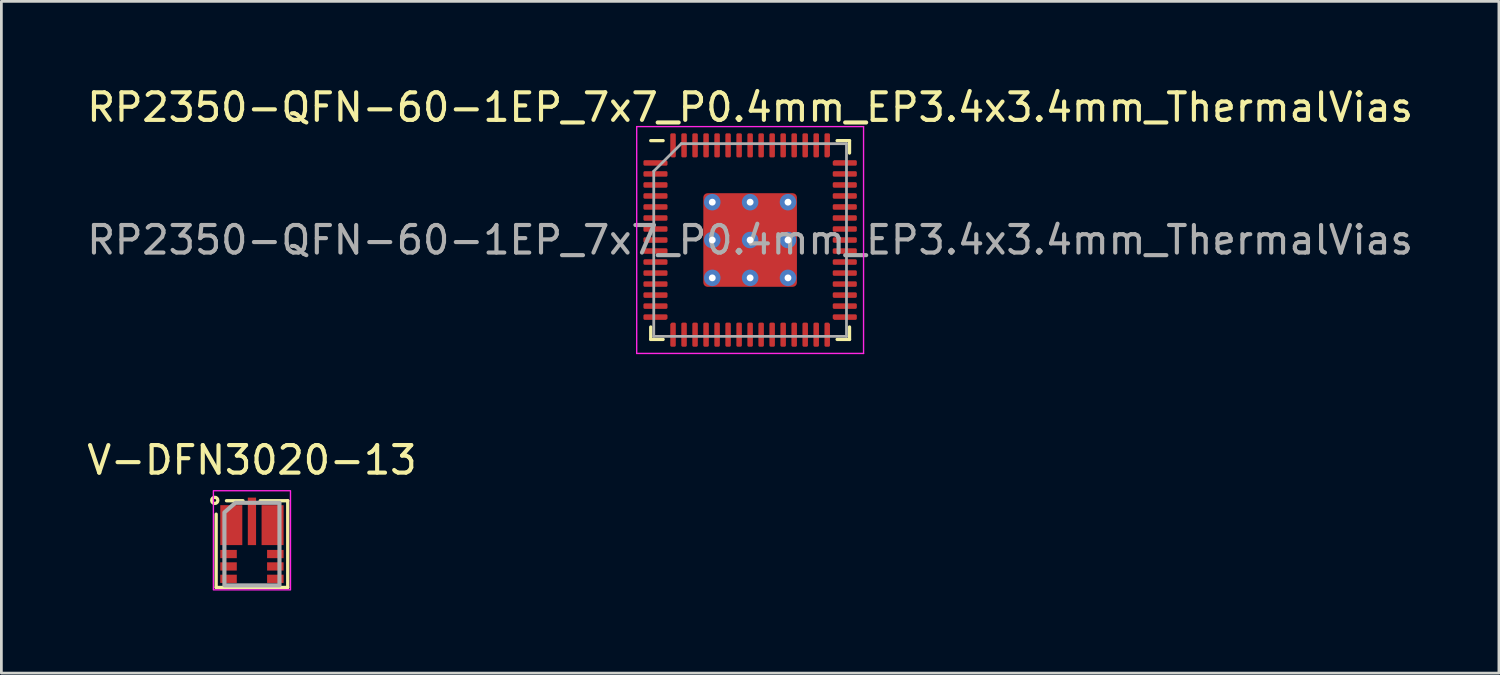
<source format=kicad_pcb>
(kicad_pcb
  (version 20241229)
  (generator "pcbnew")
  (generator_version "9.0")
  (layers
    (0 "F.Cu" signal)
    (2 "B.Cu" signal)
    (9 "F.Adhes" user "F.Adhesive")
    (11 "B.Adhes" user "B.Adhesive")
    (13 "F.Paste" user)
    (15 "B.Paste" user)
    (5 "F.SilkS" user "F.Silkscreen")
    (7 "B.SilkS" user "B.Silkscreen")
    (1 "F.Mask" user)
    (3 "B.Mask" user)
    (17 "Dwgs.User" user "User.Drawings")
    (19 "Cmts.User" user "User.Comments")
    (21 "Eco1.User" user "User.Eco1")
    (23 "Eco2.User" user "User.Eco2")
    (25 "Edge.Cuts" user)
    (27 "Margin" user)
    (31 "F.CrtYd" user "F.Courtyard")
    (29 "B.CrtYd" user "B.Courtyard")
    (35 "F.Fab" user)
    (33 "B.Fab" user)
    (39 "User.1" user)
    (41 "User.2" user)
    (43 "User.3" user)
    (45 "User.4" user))
  (footprint "RP2350-QFN-60-1EP_7x7_P0.4mm_EP3.4x3.4mm_ThermalVias"
    (layer "F.Cu")
    (at 24.196 5.668)
    (property "Reference" "RP2350-QFN-60-1EP_7x7_P0.4mm_EP3.4x3.4mm_ThermalVias" (at 0 -4.82 0) (layer "F.SilkS") (effects (font (size 1 1) (thickness 0.15))))
    (attr smd)
    (fp_line (start -3.61 3.61) (end -3.61 3.16) (stroke (width 0.12) (type solid)) (layer "F.SilkS"))
    (fp_line (start -3.16 -3.61) (end -3.61 -3.61) (stroke (width 0.12) (type solid)) (layer "F.SilkS"))
    (fp_line (start -3.16 3.61) (end -3.61 3.61) (stroke (width 0.12) (type solid)) (layer "F.SilkS"))
    (fp_line (start 3.16 -3.61) (end 3.61 -3.61) (stroke (width 0.12) (type solid)) (layer "F.SilkS"))
    (fp_line (start 3.16 3.61) (end 3.61 3.61) (stroke (width 0.12) (type solid)) (layer "F.SilkS"))
    (fp_line (start 3.61 -3.61) (end 3.61 -3.16) (stroke (width 0.12) (type solid)) (layer "F.SilkS"))
    (fp_line (start 3.61 3.61) (end 3.61 3.16) (stroke (width 0.12) (type solid)) (layer "F.SilkS"))
    (fp_line (start -4.12 -4.12) (end -4.12 4.12) (stroke (width 0.05) (type solid)) (layer "F.CrtYd"))
    (fp_line (start -4.12 4.12) (end 4.12 4.12) (stroke (width 0.05) (type solid)) (layer "F.CrtYd"))
    (fp_line (start 4.12 -4.12) (end -4.12 -4.12) (stroke (width 0.05) (type solid)) (layer "F.CrtYd"))
    (fp_line (start 4.12 4.12) (end 4.12 -4.12) (stroke (width 0.05) (type solid)) (layer "F.CrtYd"))
    (fp_line (start -3.5 -2.5) (end -2.5 -3.5) (stroke (width 0.1) (type solid)) (layer "F.Fab"))
    (fp_line (start -3.5 3.5) (end -3.5 -2.5) (stroke (width 0.1) (type solid)) (layer "F.Fab"))
    (fp_line (start -2.5 -3.5) (end 3.5 -3.5) (stroke (width 0.1) (type solid)) (layer "F.Fab"))
    (fp_line (start 3.5 -3.5) (end 3.5 3.5) (stroke (width 0.1) (type solid)) (layer "F.Fab"))
    (fp_line (start 3.5 3.5) (end -3.5 3.5) (stroke (width 0.1) (type solid)) (layer "F.Fab"))
    (fp_text user "${REFERENCE}" (at 0 0 0) (layer "F.Fab") (effects (font (size 1 1) (thickness 0.15))))
    (pad "" smd roundrect (at -0.7 -0.7) (size 1.2 1.2) (layers "F.Paste") (roundrect_rratio 0.208))
    (pad "" smd roundrect (at -0.7 0.7) (size 1.2 1.2) (layers "F.Paste") (roundrect_rratio 0.208))
    (pad "" smd roundrect (at 0.7 -0.7) (size 1.2 1.2) (layers "F.Paste") (roundrect_rratio 0.208))
    (pad "" smd roundrect (at 0.7 0.7) (size 1.2 1.2) (layers "F.Paste") (roundrect_rratio 0.208))
    (pad "1" smd roundrect (at -3.438 -2.8) (size 0.875 0.2) (layers "F.Cu" "F.Mask" "F.Paste") (roundrect_rratio 0.25) (chamfer_ratio 0.25) (chamfer top_right))
    (pad "2" smd roundrect (at -3.438 -2.4) (size 0.875 0.2) (layers "F.Cu" "F.Mask" "F.Paste") (roundrect_rratio 0.25))
    (pad "3" smd roundrect (at -3.438 -2) (size 0.875 0.2) (layers "F.Cu" "F.Mask" "F.Paste") (roundrect_rratio 0.25))
    (pad "4" smd roundrect (at -3.438 -1.6) (size 0.875 0.2) (layers "F.Cu" "F.Mask" "F.Paste") (roundrect_rratio 0.25))
    (pad "5" smd roundrect (at -3.438 -1.2) (size 0.875 0.2) (layers "F.Cu" "F.Mask" "F.Paste") (roundrect_rratio 0.25))
    (pad "6" smd roundrect (at -3.438 -0.8) (size 0.875 0.2) (layers "F.Cu" "F.Mask" "F.Paste") (roundrect_rratio 0.25))
    (pad "7" smd roundrect (at -3.438 -0.4) (size 0.875 0.2) (layers "F.Cu" "F.Mask" "F.Paste") (roundrect_rratio 0.25))
    (pad "8" smd roundrect (at -3.438 0) (size 0.875 0.2) (layers "F.Cu" "F.Mask" "F.Paste") (roundrect_rratio 0.25))
    (pad "9" smd roundrect (at -3.438 0.4) (size 0.875 0.2) (layers "F.Cu" "F.Mask" "F.Paste") (roundrect_rratio 0.25))
    (pad "10" smd roundrect (at -3.438 0.8) (size 0.875 0.2) (layers "F.Cu" "F.Mask" "F.Paste") (roundrect_rratio 0.25))
    (pad "11" smd roundrect (at -3.438 1.2) (size 0.875 0.2) (layers "F.Cu" "F.Mask" "F.Paste") (roundrect_rratio 0.25))
    (pad "12" smd roundrect (at -3.438 1.6) (size 0.875 0.2) (layers "F.Cu" "F.Mask" "F.Paste") (roundrect_rratio 0.25))
    (pad "13" smd roundrect (at -3.438 2) (size 0.875 0.2) (layers "F.Cu" "F.Mask" "F.Paste") (roundrect_rratio 0.25))
    (pad "14" smd roundrect (at -3.438 2.4) (size 0.875 0.2) (layers "F.Cu" "F.Mask" "F.Paste") (roundrect_rratio 0.25))
    (pad "15" smd roundrect (at -3.438 2.8) (size 0.875 0.2) (layers "F.Cu" "F.Mask" "F.Paste") (roundrect_rratio 0.25) (chamfer_ratio 0.25) (chamfer bottom_right))
    (pad "16" smd roundrect (at -2.8 3.438) (size 0.2 0.875) (layers "F.Cu" "F.Mask" "F.Paste") (roundrect_rratio 0.25) (chamfer_ratio 0.25) (chamfer top_left))
    (pad "17" smd roundrect (at -2.4 3.438) (size 0.2 0.875) (layers "F.Cu" "F.Mask" "F.Paste") (roundrect_rratio 0.25))
    (pad "18" smd roundrect (at -2 3.438) (size 0.2 0.875) (layers "F.Cu" "F.Mask" "F.Paste") (roundrect_rratio 0.25))
    (pad "19" smd roundrect (at -1.6 3.438) (size 0.2 0.875) (layers "F.Cu" "F.Mask" "F.Paste") (roundrect_rratio 0.25))
    (pad "20" smd roundrect (at -1.2 3.438) (size 0.2 0.875) (layers "F.Cu" "F.Mask" "F.Paste") (roundrect_rratio 0.25))
    (pad "21" smd roundrect (at -0.8 3.438) (size 0.2 0.875) (layers "F.Cu" "F.Mask" "F.Paste") (roundrect_rratio 0.25))
    (pad "22" smd roundrect (at -0.4 3.438) (size 0.2 0.875) (layers "F.Cu" "F.Mask" "F.Paste") (roundrect_rratio 0.25))
    (pad "23" smd roundrect (at 0 3.438) (size 0.2 0.875) (layers "F.Cu" "F.Mask" "F.Paste") (roundrect_rratio 0.25))
    (pad "24" smd roundrect (at 0.4 3.438) (size 0.2 0.875) (layers "F.Cu" "F.Mask" "F.Paste") (roundrect_rratio 0.25))
    (pad "25" smd roundrect (at 0.8 3.438) (size 0.2 0.875) (layers "F.Cu" "F.Mask" "F.Paste") (roundrect_rratio 0.25))
    (pad "26" smd roundrect (at 1.2 3.438) (size 0.2 0.875) (layers "F.Cu" "F.Mask" "F.Paste") (roundrect_rratio 0.25))
    (pad "27" smd roundrect (at 1.6 3.438) (size 0.2 0.875) (layers "F.Cu" "F.Mask" "F.Paste") (roundrect_rratio 0.25))
    (pad "28" smd roundrect (at 2 3.438) (size 0.2 0.875) (layers "F.Cu" "F.Mask" "F.Paste") (roundrect_rratio 0.25))
    (pad "29" smd roundrect (at 2.4 3.438) (size 0.2 0.875) (layers "F.Cu" "F.Mask" "F.Paste") (roundrect_rratio 0.25))
    (pad "30" smd roundrect (at 2.8 3.438) (size 0.2 0.875) (layers "F.Cu" "F.Mask" "F.Paste") (roundrect_rratio 0.25) (chamfer_ratio 0.25) (chamfer top_right))
    (pad "31" smd roundrect (at 3.438 2.8) (size 0.875 0.2) (layers "F.Cu" "F.Mask" "F.Paste") (roundrect_rratio 0.25) (chamfer_ratio 0.25) (chamfer bottom_left))
    (pad "32" smd roundrect (at 3.438 2.4) (size 0.875 0.2) (layers "F.Cu" "F.Mask" "F.Paste") (roundrect_rratio 0.25))
    (pad "33" smd roundrect (at 3.438 2) (size 0.875 0.2) (layers "F.Cu" "F.Mask" "F.Paste") (roundrect_rratio 0.25))
    (pad "34" smd roundrect (at 3.438 1.6) (size 0.875 0.2) (layers "F.Cu" "F.Mask" "F.Paste") (roundrect_rratio 0.25))
    (pad "35" smd roundrect (at 3.438 1.2) (size 0.875 0.2) (layers "F.Cu" "F.Mask" "F.Paste") (roundrect_rratio 0.25))
    (pad "36" smd roundrect (at 3.438 0.8) (size 0.875 0.2) (layers "F.Cu" "F.Mask" "F.Paste") (roundrect_rratio 0.25))
    (pad "37" smd roundrect (at 3.438 0.4) (size 0.875 0.2) (layers "F.Cu" "F.Mask" "F.Paste") (roundrect_rratio 0.25))
    (pad "38" smd roundrect (at 3.438 0) (size 0.875 0.2) (layers "F.Cu" "F.Mask" "F.Paste") (roundrect_rratio 0.25))
    (pad "39" smd roundrect (at 3.438 -0.4) (size 0.875 0.2) (layers "F.Cu" "F.Mask" "F.Paste") (roundrect_rratio 0.25))
    (pad "40" smd roundrect (at 3.438 -0.8) (size 0.875 0.2) (layers "F.Cu" "F.Mask" "F.Paste") (roundrect_rratio 0.25))
    (pad "41" smd roundrect (at 3.438 -1.2) (size 0.875 0.2) (layers "F.Cu" "F.Mask" "F.Paste") (roundrect_rratio 0.25))
    (pad "42" smd roundrect (at 3.438 -1.6) (size 0.875 0.2) (layers "F.Cu" "F.Mask" "F.Paste") (roundrect_rratio 0.25))
    (pad "43" smd roundrect (at 3.438 -2) (size 0.875 0.2) (layers "F.Cu" "F.Mask" "F.Paste") (roundrect_rratio 0.25))
    (pad "44" smd roundrect (at 3.438 -2.4) (size 0.875 0.2) (layers "F.Cu" "F.Mask" "F.Paste") (roundrect_rratio 0.25))
    (pad "45" smd roundrect (at 3.438 -2.8) (size 0.875 0.2) (layers "F.Cu" "F.Mask" "F.Paste") (roundrect_rratio 0.25) (chamfer_ratio 0.25) (chamfer top_left))
    (pad "46" smd roundrect (at 2.8 -3.438) (size 0.2 0.875) (layers "F.Cu" "F.Mask" "F.Paste") (roundrect_rratio 0.25) (chamfer_ratio 0.25) (chamfer bottom_right))
    (pad "47" smd roundrect (at 2.4 -3.438) (size 0.2 0.875) (layers "F.Cu" "F.Mask" "F.Paste") (roundrect_rratio 0.25))
    (pad "48" smd roundrect (at 2 -3.438) (size 0.2 0.875) (layers "F.Cu" "F.Mask" "F.Paste") (roundrect_rratio 0.25))
    (pad "49" smd roundrect (at 1.6 -3.438) (size 0.2 0.875) (layers "F.Cu" "F.Mask" "F.Paste") (roundrect_rratio 0.25))
    (pad "50" smd roundrect (at 1.2 -3.438) (size 0.2 0.875) (layers "F.Cu" "F.Mask" "F.Paste") (roundrect_rratio 0.25))
    (pad "51" smd roundrect (at 0.8 -3.438) (size 0.2 0.875) (layers "F.Cu" "F.Mask" "F.Paste") (roundrect_rratio 0.25))
    (pad "52" smd roundrect (at 0.4 -3.438) (size 0.2 0.875) (layers "F.Cu" "F.Mask" "F.Paste") (roundrect_rratio 0.25))
    (pad "53" smd roundrect (at 0 -3.438) (size 0.2 0.875) (layers "F.Cu" "F.Mask" "F.Paste") (roundrect_rratio 0.25))
    (pad "54" smd roundrect (at -0.4 -3.438) (size 0.2 0.875) (layers "F.Cu" "F.Mask" "F.Paste") (roundrect_rratio 0.25))
    (pad "55" smd roundrect (at -0.8 -3.438) (size 0.2 0.875) (layers "F.Cu" "F.Mask" "F.Paste") (roundrect_rratio 0.25))
    (pad "56" smd roundrect (at -1.2 -3.438) (size 0.2 0.875) (layers "F.Cu" "F.Mask" "F.Paste") (roundrect_rratio 0.25))
    (pad "57" smd roundrect (at -1.6 -3.438) (size 0.2 0.875) (layers "F.Cu" "F.Mask" "F.Paste") (roundrect_rratio 0.25))
    (pad "58" smd roundrect (at -2 -3.438) (size 0.2 0.875) (layers "F.Cu" "F.Mask" "F.Paste") (roundrect_rratio 0.25))
    (pad "59" smd roundrect (at -2.4 -3.438) (size 0.2 0.875) (layers "F.Cu" "F.Mask" "F.Paste") (roundrect_rratio 0.25))
    (pad "60" smd roundrect (at -2.8 -3.438) (size 0.2 0.875) (layers "F.Cu" "F.Mask" "F.Paste") (roundrect_rratio 0.25) (chamfer_ratio 0.25) (chamfer bottom_left))
    (pad "61" thru_hole circle (at -1.375 -1.375) (size 0.6 0.6) (drill 0.25) (layers "*.Cu"))
    (pad "61" thru_hole circle (at -1.375 0) (size 0.6 0.6) (drill 0.25) (layers "*.Cu"))
    (pad "61" thru_hole circle (at -1.375 1.375) (size 0.6 0.6) (drill 0.25) (layers "*.Cu"))
    (pad "61" thru_hole circle (at 0 -1.375) (size 0.6 0.6) (drill 0.25) (layers "*.Cu"))
    (pad "61" thru_hole circle (at 0 0) (size 0.6 0.6) (drill 0.25) (layers "*.Cu"))
    (pad "61" smd roundrect (at 0 0 90) (size 3.4 3.4) (layers "F.Cu" "F.Mask") (roundrect_rratio 0.045))
    (pad "61" thru_hole circle (at 0 1.375) (size 0.6 0.6) (drill 0.25) (layers "*.Cu"))
    (pad "61" thru_hole circle (at 1.375 -1.375) (size 0.6 0.6) (drill 0.25) (layers "*.Cu"))
    (pad "61" thru_hole circle (at 1.375 0) (size 0.6 0.6) (drill 0.25) (layers "*.Cu"))
    (pad "61" thru_hole circle (at 1.375 1.375) (size 0.6 0.6) (drill 0.25) (layers "*.Cu")))
  (footprint "V-DFN3020-13"
    (layer "F.Cu")
    (at 6.101 16.712)
    (property "Reference" "V-DFN3020-13" (at 0 -3.05 0) (layer "F.SilkS") (effects (font (size 1 1) (thickness 0.15))))
    (attr through_hole)
    (fp_line (start -1.3 1.575) (end -1.3 -1.087) (stroke (width 0.12) (type solid)) (layer "F.SilkS"))
    (fp_line (start -0.325 -1.575) (end -0.925 -1.575) (stroke (width 0.12) (type solid)) (layer "F.SilkS"))
    (fp_line (start 1.3 -1.575) (end 0.3 -1.575) (stroke (width 0.12) (type solid)) (layer "F.SilkS"))
    (fp_line (start 1.3 1.575) (end -1.3 1.575) (stroke (width 0.12) (type solid)) (layer "F.SilkS"))
    (fp_line (start 1.3 1.575) (end 1.3 -1.575) (stroke (width 0.12) (type solid)) (layer "F.SilkS"))
    (fp_circle (center -1.35 -1.587) (end -1.25 -1.538) (stroke (width 0.12) (type solid)) (fill no) (layer "F.SilkS"))
    (fp_poly (pts (xy 1.4 1.663) (xy 1.4 -1.938) (xy -1.4 -1.938) (xy -1.4 1.663)) (stroke (width 0.05) (type solid)) (fill no) (layer "F.CrtYd"))
    (fp_poly (pts (xy -1 1.5) (xy -1 -1.15) (xy -0.6 -1.5) (xy 1 -1.5) (xy 1 1.5)) (stroke (width 0.15) (type solid)) (fill no) (layer "F.Fab"))
    (pad "1" smd rect (at -0.75 -0.688) (size 0.8 1.45) (layers "F.Cu" "F.Mask" "F.Paste"))
    (pad "2" smd rect (at -0.85 0.362 90) (size 0.3 0.6) (layers "F.Cu" "F.Mask" "F.Paste"))
    (pad "3" smd rect (at -0.85 0.812 90) (size 0.3 0.6) (layers "F.Cu" "F.Mask" "F.Paste"))
    (pad "4" smd rect (at -0.85 1.262 90) (size 0.3 0.6) (layers "F.Cu" "F.Mask" "F.Paste"))
    (pad "5" smd rect (at 0.85 1.262 90) (size 0.3 0.6) (layers "F.Cu" "F.Mask" "F.Paste"))
    (pad "6" smd rect (at 0.85 0.812 90) (size 0.3 0.6) (layers "F.Cu" "F.Mask" "F.Paste"))
    (pad "7" smd rect (at 0.85 0.362 90) (size 0.3 0.6) (layers "F.Cu" "F.Mask" "F.Paste"))
    (pad "8" smd rect (at 0.75 -0.688) (size 0.8 1.45) (layers "F.Cu" "F.Mask" "F.Paste"))
    (pad "9" smd rect (at 0 -0.825) (size 0.3 1.725) (layers "F.Cu" "F.Mask" "F.Paste")))
  (gr_rect
    (start -3 -3)
    (end 51.393 21.399)
    (stroke (width 0.1) (type default))
    (fill no)
    (layer "Edge.Cuts")))
</source>
